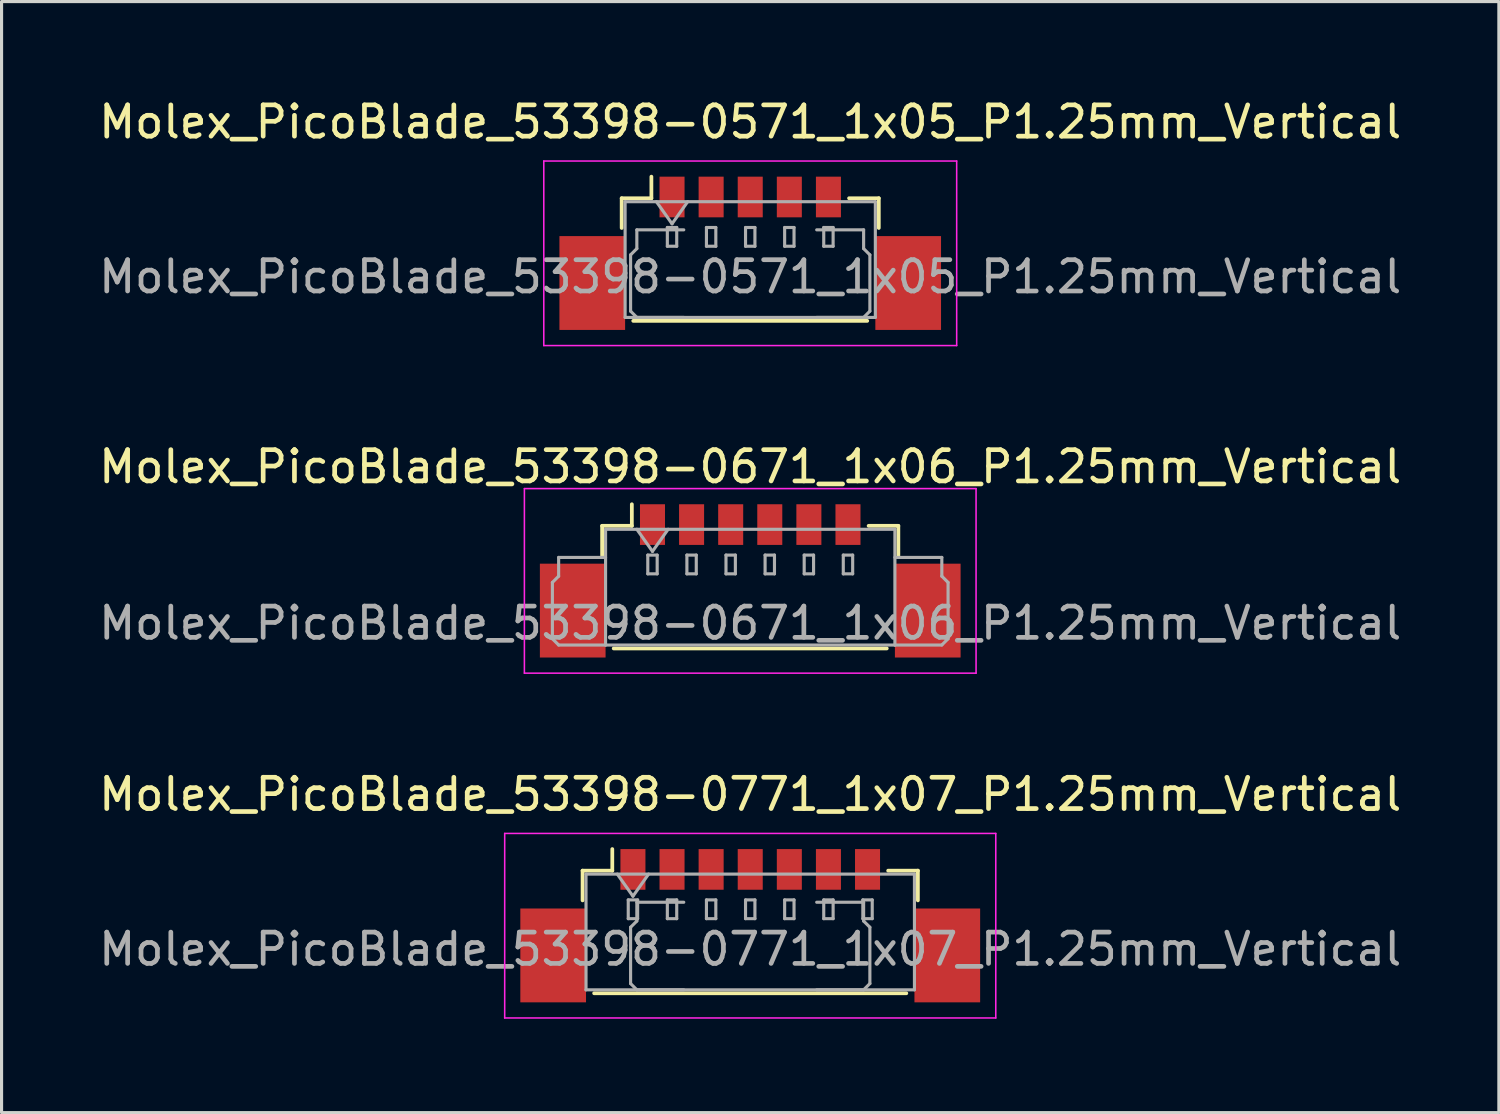
<source format=kicad_pcb>
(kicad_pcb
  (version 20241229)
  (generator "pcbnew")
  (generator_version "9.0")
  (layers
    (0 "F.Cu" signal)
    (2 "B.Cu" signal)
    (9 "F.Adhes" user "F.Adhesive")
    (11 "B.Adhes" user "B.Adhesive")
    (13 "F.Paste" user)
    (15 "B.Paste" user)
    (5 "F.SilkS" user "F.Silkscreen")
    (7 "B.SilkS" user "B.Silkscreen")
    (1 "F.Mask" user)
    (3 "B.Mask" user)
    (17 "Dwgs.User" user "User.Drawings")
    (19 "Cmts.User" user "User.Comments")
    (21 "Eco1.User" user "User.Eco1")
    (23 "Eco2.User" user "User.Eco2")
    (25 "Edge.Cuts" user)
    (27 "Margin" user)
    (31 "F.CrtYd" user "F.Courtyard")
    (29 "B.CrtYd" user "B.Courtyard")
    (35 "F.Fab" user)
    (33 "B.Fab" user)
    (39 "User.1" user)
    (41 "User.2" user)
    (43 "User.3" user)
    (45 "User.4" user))
  (footprint "Molex_PicoBlade_53398-0571_1x05_P1.25mm_Vertical"
    (layer "F.Cu")
    (at 20.935 5.048)
    (property "Reference" "Molex_PicoBlade_53398-0571_1x05_P1.25mm_Vertical" (at 0 -4.2 0) (layer "F.SilkS") (effects (font (size 1 1) (thickness 0.15))))
    (attr smd)
    (fp_line (start -4.11 -1.76) (end -3.16 -1.76) (stroke (width 0.12) (type solid)) (layer "F.SilkS"))
    (fp_line (start -4.11 -0.81) (end -4.11 -1.76) (stroke (width 0.12) (type solid)) (layer "F.SilkS"))
    (fp_line (start -3.74 2.16) (end 3.74 2.16) (stroke (width 0.12) (type solid)) (layer "F.SilkS"))
    (fp_line (start -3.16 -1.76) (end -3.16 -2.45) (stroke (width 0.12) (type solid)) (layer "F.SilkS"))
    (fp_line (start 4.11 -1.76) (end 3.16 -1.76) (stroke (width 0.12) (type solid)) (layer "F.SilkS"))
    (fp_line (start 4.11 -0.81) (end 4.11 -1.76) (stroke (width 0.12) (type solid)) (layer "F.SilkS"))
    (fp_line (start -6.6 -2.95) (end -6.6 2.95) (stroke (width 0.05) (type solid)) (layer "F.CrtYd"))
    (fp_line (start -6.6 2.95) (end 6.6 2.95) (stroke (width 0.05) (type solid)) (layer "F.CrtYd"))
    (fp_line (start 6.6 -2.95) (end -6.6 -2.95) (stroke (width 0.05) (type solid)) (layer "F.CrtYd"))
    (fp_line (start 6.6 2.95) (end 6.6 -2.95) (stroke (width 0.05) (type solid)) (layer "F.CrtYd"))
    (fp_line (start -4 -1.65) (end -4 2.05) (stroke (width 0.1) (type solid)) (layer "F.Fab"))
    (fp_line (start -4 -1.65) (end 4 -1.65) (stroke (width 0.1) (type solid)) (layer "F.Fab"))
    (fp_line (start -4 2.05) (end 4 2.05) (stroke (width 0.1) (type solid)) (layer "F.Fab"))
    (fp_line (start -3.825 0.05) (end -3.625 -0.15) (stroke (width 0.1) (type solid)) (layer "F.Fab"))
    (fp_line (start -3.825 1.85) (end -3.825 0.05) (stroke (width 0.1) (type solid)) (layer "F.Fab"))
    (fp_line (start -3.625 -0.75) (end -2.125 -0.75) (stroke (width 0.1) (type solid)) (layer "F.Fab"))
    (fp_line (start -3.625 -0.15) (end -3.625 -0.75) (stroke (width 0.1) (type solid)) (layer "F.Fab"))
    (fp_line (start -3.625 2.05) (end -3.825 1.85) (stroke (width 0.1) (type solid)) (layer "F.Fab"))
    (fp_line (start -3 -1.65) (end -2.5 -0.943) (stroke (width 0.1) (type solid)) (layer "F.Fab"))
    (fp_line (start -2.65 -0.825) (end -2.65 -0.225) (stroke (width 0.1) (type solid)) (layer "F.Fab"))
    (fp_line (start -2.65 -0.225) (end -2.35 -0.225) (stroke (width 0.1) (type solid)) (layer "F.Fab"))
    (fp_line (start -2.5 -0.943) (end -2 -1.65) (stroke (width 0.1) (type solid)) (layer "F.Fab"))
    (fp_line (start -2.35 -0.825) (end -2.65 -0.825) (stroke (width 0.1) (type solid)) (layer "F.Fab"))
    (fp_line (start -2.35 -0.225) (end -2.35 -0.825) (stroke (width 0.1) (type solid)) (layer "F.Fab"))
    (fp_line (start -2.125 2.05) (end -3.625 2.05) (stroke (width 0.1) (type solid)) (layer "F.Fab"))
    (fp_line (start -1.4 -0.825) (end -1.4 -0.225) (stroke (width 0.1) (type solid)) (layer "F.Fab"))
    (fp_line (start -1.4 -0.225) (end -1.1 -0.225) (stroke (width 0.1) (type solid)) (layer "F.Fab"))
    (fp_line (start -1.1 -0.825) (end -1.4 -0.825) (stroke (width 0.1) (type solid)) (layer "F.Fab"))
    (fp_line (start -1.1 -0.225) (end -1.1 -0.825) (stroke (width 0.1) (type solid)) (layer "F.Fab"))
    (fp_line (start -0.15 -0.825) (end -0.15 -0.225) (stroke (width 0.1) (type solid)) (layer "F.Fab"))
    (fp_line (start -0.15 -0.225) (end 0.15 -0.225) (stroke (width 0.1) (type solid)) (layer "F.Fab"))
    (fp_line (start 0.15 -0.825) (end -0.15 -0.825) (stroke (width 0.1) (type solid)) (layer "F.Fab"))
    (fp_line (start 0.15 -0.225) (end 0.15 -0.825) (stroke (width 0.1) (type solid)) (layer "F.Fab"))
    (fp_line (start 1.1 -0.825) (end 1.1 -0.225) (stroke (width 0.1) (type solid)) (layer "F.Fab"))
    (fp_line (start 1.1 -0.225) (end 1.4 -0.225) (stroke (width 0.1) (type solid)) (layer "F.Fab"))
    (fp_line (start 1.4 -0.825) (end 1.1 -0.825) (stroke (width 0.1) (type solid)) (layer "F.Fab"))
    (fp_line (start 1.4 -0.225) (end 1.4 -0.825) (stroke (width 0.1) (type solid)) (layer "F.Fab"))
    (fp_line (start 2.125 2.05) (end 3.625 2.05) (stroke (width 0.1) (type solid)) (layer "F.Fab"))
    (fp_line (start 2.35 -0.825) (end 2.35 -0.225) (stroke (width 0.1) (type solid)) (layer "F.Fab"))
    (fp_line (start 2.35 -0.225) (end 2.65 -0.225) (stroke (width 0.1) (type solid)) (layer "F.Fab"))
    (fp_line (start 2.65 -0.825) (end 2.35 -0.825) (stroke (width 0.1) (type solid)) (layer "F.Fab"))
    (fp_line (start 2.65 -0.225) (end 2.65 -0.825) (stroke (width 0.1) (type solid)) (layer "F.Fab"))
    (fp_line (start 3.625 -0.75) (end 2.125 -0.75) (stroke (width 0.1) (type solid)) (layer "F.Fab"))
    (fp_line (start 3.625 -0.15) (end 3.625 -0.75) (stroke (width 0.1) (type solid)) (layer "F.Fab"))
    (fp_line (start 3.625 2.05) (end 3.825 1.85) (stroke (width 0.1) (type solid)) (layer "F.Fab"))
    (fp_line (start 3.825 0.05) (end 3.625 -0.15) (stroke (width 0.1) (type solid)) (layer "F.Fab"))
    (fp_line (start 3.825 1.85) (end 3.825 0.05) (stroke (width 0.1) (type solid)) (layer "F.Fab"))
    (fp_line (start 4 -1.65) (end 4 2.05) (stroke (width 0.1) (type solid)) (layer "F.Fab"))
    (fp_text user "${REFERENCE}" (at 0 0.75 0) (layer "F.Fab") (effects (font (size 1 1) (thickness 0.15))))
    (pad "" smd rect (at -5.05 0.95) (size 2.1 3) (layers "F.Cu" "F.Mask" "F.Paste"))
    (pad "" smd rect (at 5.05 0.95) (size 2.1 3) (layers "F.Cu" "F.Mask" "F.Paste"))
    (pad "1" smd rect (at -2.5 -1.8) (size 0.8 1.3) (layers "F.Cu" "F.Mask" "F.Paste"))
    (pad "2" smd rect (at -1.25 -1.8) (size 0.8 1.3) (layers "F.Cu" "F.Mask" "F.Paste"))
    (pad "3" smd rect (at 0 -1.8) (size 0.8 1.3) (layers "F.Cu" "F.Mask" "F.Paste"))
    (pad "4" smd rect (at 1.25 -1.8) (size 0.8 1.3) (layers "F.Cu" "F.Mask" "F.Paste"))
    (pad "5" smd rect (at 2.5 -1.8) (size 0.8 1.3) (layers "F.Cu" "F.Mask" "F.Paste")))
  (footprint "Molex_PicoBlade_53398-0771_1x07_P1.25mm_Vertical"
    (layer "F.Cu")
    (at 20.935 26.545)
    (property "Reference" "Molex_PicoBlade_53398-0771_1x07_P1.25mm_Vertical" (at 0 -4.2 0) (layer "F.SilkS") (effects (font (size 1 1) (thickness 0.15))))
    (attr smd)
    (fp_line (start -5.36 -1.76) (end -4.41 -1.76) (stroke (width 0.12) (type solid)) (layer "F.SilkS"))
    (fp_line (start -5.36 -0.81) (end -5.36 -1.76) (stroke (width 0.12) (type solid)) (layer "F.SilkS"))
    (fp_line (start -4.99 2.16) (end 4.99 2.16) (stroke (width 0.12) (type solid)) (layer "F.SilkS"))
    (fp_line (start -4.41 -1.76) (end -4.41 -2.45) (stroke (width 0.12) (type solid)) (layer "F.SilkS"))
    (fp_line (start 5.36 -1.76) (end 4.41 -1.76) (stroke (width 0.12) (type solid)) (layer "F.SilkS"))
    (fp_line (start 5.36 -0.81) (end 5.36 -1.76) (stroke (width 0.12) (type solid)) (layer "F.SilkS"))
    (fp_line (start -7.85 -2.95) (end -7.85 2.95) (stroke (width 0.05) (type solid)) (layer "F.CrtYd"))
    (fp_line (start -7.85 2.95) (end 7.85 2.95) (stroke (width 0.05) (type solid)) (layer "F.CrtYd"))
    (fp_line (start 7.85 -2.95) (end -7.85 -2.95) (stroke (width 0.05) (type solid)) (layer "F.CrtYd"))
    (fp_line (start 7.85 2.95) (end 7.85 -2.95) (stroke (width 0.05) (type solid)) (layer "F.CrtYd"))
    (fp_line (start -5.25 -1.65) (end -5.25 2.05) (stroke (width 0.1) (type solid)) (layer "F.Fab"))
    (fp_line (start -5.25 -1.65) (end 5.25 -1.65) (stroke (width 0.1) (type solid)) (layer "F.Fab"))
    (fp_line (start -5.25 2.05) (end 5.25 2.05) (stroke (width 0.1) (type solid)) (layer "F.Fab"))
    (fp_line (start -4.25 -1.65) (end -3.75 -0.943) (stroke (width 0.1) (type solid)) (layer "F.Fab"))
    (fp_line (start -3.9 -0.825) (end -3.9 -0.225) (stroke (width 0.1) (type solid)) (layer "F.Fab"))
    (fp_line (start -3.9 -0.225) (end -3.6 -0.225) (stroke (width 0.1) (type solid)) (layer "F.Fab"))
    (fp_line (start -3.825 0.05) (end -3.625 -0.15) (stroke (width 0.1) (type solid)) (layer "F.Fab"))
    (fp_line (start -3.825 1.85) (end -3.825 0.05) (stroke (width 0.1) (type solid)) (layer "F.Fab"))
    (fp_line (start -3.75 -0.943) (end -3.25 -1.65) (stroke (width 0.1) (type solid)) (layer "F.Fab"))
    (fp_line (start -3.625 -0.75) (end -2.125 -0.75) (stroke (width 0.1) (type solid)) (layer "F.Fab"))
    (fp_line (start -3.625 -0.15) (end -3.625 -0.75) (stroke (width 0.1) (type solid)) (layer "F.Fab"))
    (fp_line (start -3.625 2.05) (end -3.825 1.85) (stroke (width 0.1) (type solid)) (layer "F.Fab"))
    (fp_line (start -3.6 -0.825) (end -3.9 -0.825) (stroke (width 0.1) (type solid)) (layer "F.Fab"))
    (fp_line (start -3.6 -0.225) (end -3.6 -0.825) (stroke (width 0.1) (type solid)) (layer "F.Fab"))
    (fp_line (start -2.65 -0.825) (end -2.65 -0.225) (stroke (width 0.1) (type solid)) (layer "F.Fab"))
    (fp_line (start -2.65 -0.225) (end -2.35 -0.225) (stroke (width 0.1) (type solid)) (layer "F.Fab"))
    (fp_line (start -2.35 -0.825) (end -2.65 -0.825) (stroke (width 0.1) (type solid)) (layer "F.Fab"))
    (fp_line (start -2.35 -0.225) (end -2.35 -0.825) (stroke (width 0.1) (type solid)) (layer "F.Fab"))
    (fp_line (start -2.125 2.05) (end -3.625 2.05) (stroke (width 0.1) (type solid)) (layer "F.Fab"))
    (fp_line (start -1.4 -0.825) (end -1.4 -0.225) (stroke (width 0.1) (type solid)) (layer "F.Fab"))
    (fp_line (start -1.4 -0.225) (end -1.1 -0.225) (stroke (width 0.1) (type solid)) (layer "F.Fab"))
    (fp_line (start -1.1 -0.825) (end -1.4 -0.825) (stroke (width 0.1) (type solid)) (layer "F.Fab"))
    (fp_line (start -1.1 -0.225) (end -1.1 -0.825) (stroke (width 0.1) (type solid)) (layer "F.Fab"))
    (fp_line (start -0.15 -0.825) (end -0.15 -0.225) (stroke (width 0.1) (type solid)) (layer "F.Fab"))
    (fp_line (start -0.15 -0.225) (end 0.15 -0.225) (stroke (width 0.1) (type solid)) (layer "F.Fab"))
    (fp_line (start 0.15 -0.825) (end -0.15 -0.825) (stroke (width 0.1) (type solid)) (layer "F.Fab"))
    (fp_line (start 0.15 -0.225) (end 0.15 -0.825) (stroke (width 0.1) (type solid)) (layer "F.Fab"))
    (fp_line (start 1.1 -0.825) (end 1.1 -0.225) (stroke (width 0.1) (type solid)) (layer "F.Fab"))
    (fp_line (start 1.1 -0.225) (end 1.4 -0.225) (stroke (width 0.1) (type solid)) (layer "F.Fab"))
    (fp_line (start 1.4 -0.825) (end 1.1 -0.825) (stroke (width 0.1) (type solid)) (layer "F.Fab"))
    (fp_line (start 1.4 -0.225) (end 1.4 -0.825) (stroke (width 0.1) (type solid)) (layer "F.Fab"))
    (fp_line (start 2.125 2.05) (end 3.625 2.05) (stroke (width 0.1) (type solid)) (layer "F.Fab"))
    (fp_line (start 2.35 -0.825) (end 2.35 -0.225) (stroke (width 0.1) (type solid)) (layer "F.Fab"))
    (fp_line (start 2.35 -0.225) (end 2.65 -0.225) (stroke (width 0.1) (type solid)) (layer "F.Fab"))
    (fp_line (start 2.65 -0.825) (end 2.35 -0.825) (stroke (width 0.1) (type solid)) (layer "F.Fab"))
    (fp_line (start 2.65 -0.225) (end 2.65 -0.825) (stroke (width 0.1) (type solid)) (layer "F.Fab"))
    (fp_line (start 3.6 -0.825) (end 3.6 -0.225) (stroke (width 0.1) (type solid)) (layer "F.Fab"))
    (fp_line (start 3.6 -0.225) (end 3.9 -0.225) (stroke (width 0.1) (type solid)) (layer "F.Fab"))
    (fp_line (start 3.625 -0.75) (end 2.125 -0.75) (stroke (width 0.1) (type solid)) (layer "F.Fab"))
    (fp_line (start 3.625 -0.15) (end 3.625 -0.75) (stroke (width 0.1) (type solid)) (layer "F.Fab"))
    (fp_line (start 3.625 2.05) (end 3.825 1.85) (stroke (width 0.1) (type solid)) (layer "F.Fab"))
    (fp_line (start 3.825 0.05) (end 3.625 -0.15) (stroke (width 0.1) (type solid)) (layer "F.Fab"))
    (fp_line (start 3.825 1.85) (end 3.825 0.05) (stroke (width 0.1) (type solid)) (layer "F.Fab"))
    (fp_line (start 3.9 -0.825) (end 3.6 -0.825) (stroke (width 0.1) (type solid)) (layer "F.Fab"))
    (fp_line (start 3.9 -0.225) (end 3.9 -0.825) (stroke (width 0.1) (type solid)) (layer "F.Fab"))
    (fp_line (start 5.25 -1.65) (end 5.25 2.05) (stroke (width 0.1) (type solid)) (layer "F.Fab"))
    (fp_text user "${REFERENCE}" (at 0 0.75 0) (layer "F.Fab") (effects (font (size 1 1) (thickness 0.15))))
    (pad "" smd rect (at -6.3 0.95) (size 2.1 3) (layers "F.Cu" "F.Mask" "F.Paste"))
    (pad "" smd rect (at 6.3 0.95) (size 2.1 3) (layers "F.Cu" "F.Mask" "F.Paste"))
    (pad "1" smd rect (at -3.75 -1.8) (size 0.8 1.3) (layers "F.Cu" "F.Mask" "F.Paste"))
    (pad "2" smd rect (at -2.5 -1.8) (size 0.8 1.3) (layers "F.Cu" "F.Mask" "F.Paste"))
    (pad "3" smd rect (at -1.25 -1.8) (size 0.8 1.3) (layers "F.Cu" "F.Mask" "F.Paste"))
    (pad "4" smd rect (at 0 -1.8) (size 0.8 1.3) (layers "F.Cu" "F.Mask" "F.Paste"))
    (pad "5" smd rect (at 1.25 -1.8) (size 0.8 1.3) (layers "F.Cu" "F.Mask" "F.Paste"))
    (pad "6" smd rect (at 2.5 -1.8) (size 0.8 1.3) (layers "F.Cu" "F.Mask" "F.Paste"))
    (pad "7" smd rect (at 3.75 -1.8) (size 0.8 1.3) (layers "F.Cu" "F.Mask" "F.Paste")))
  (footprint "Molex_PicoBlade_53398-0671_1x06_P1.25mm_Vertical"
    (layer "F.Cu")
    (at 20.935 15.521)
    (property "Reference" "Molex_PicoBlade_53398-0671_1x06_P1.25mm_Vertical" (at 0 -3.65 0) (layer "F.SilkS") (effects (font (size 1 1) (thickness 0.15))))
    (attr smd)
    (fp_line (start -4.735 -1.76) (end -3.785 -1.76) (stroke (width 0.12) (type solid)) (layer "F.SilkS"))
    (fp_line (start -4.735 -0.81) (end -4.735 -1.76) (stroke (width 0.12) (type solid)) (layer "F.SilkS"))
    (fp_line (start -4.365 2.16) (end 4.365 2.16) (stroke (width 0.12) (type solid)) (layer "F.SilkS"))
    (fp_line (start -3.785 -1.76) (end -3.785 -2.45) (stroke (width 0.12) (type solid)) (layer "F.SilkS"))
    (fp_line (start 4.735 -1.76) (end 3.785 -1.76) (stroke (width 0.12) (type solid)) (layer "F.SilkS"))
    (fp_line (start 4.735 -0.81) (end 4.735 -1.76) (stroke (width 0.12) (type solid)) (layer "F.SilkS"))
    (fp_line (start -7.22 -2.95) (end -7.22 2.95) (stroke (width 0.05) (type solid)) (layer "F.CrtYd"))
    (fp_line (start -7.22 2.95) (end 7.22 2.95) (stroke (width 0.05) (type solid)) (layer "F.CrtYd"))
    (fp_line (start 7.22 -2.95) (end -7.22 -2.95) (stroke (width 0.05) (type solid)) (layer "F.CrtYd"))
    (fp_line (start 7.22 2.95) (end 7.22 -2.95) (stroke (width 0.05) (type solid)) (layer "F.CrtYd"))
    (fp_line (start -6.325 0.05) (end -6.125 -0.15) (stroke (width 0.1) (type solid)) (layer "F.Fab"))
    (fp_line (start -6.325 1.85) (end -6.325 0.05) (stroke (width 0.1) (type solid)) (layer "F.Fab"))
    (fp_line (start -6.125 -0.75) (end -4.625 -0.75) (stroke (width 0.1) (type solid)) (layer "F.Fab"))
    (fp_line (start -6.125 -0.15) (end -6.125 -0.75) (stroke (width 0.1) (type solid)) (layer "F.Fab"))
    (fp_line (start -6.125 2.05) (end -6.325 1.85) (stroke (width 0.1) (type solid)) (layer "F.Fab"))
    (fp_line (start -4.625 -1.65) (end -4.625 2.05) (stroke (width 0.1) (type solid)) (layer "F.Fab"))
    (fp_line (start -4.625 -1.65) (end 4.625 -1.65) (stroke (width 0.1) (type solid)) (layer "F.Fab"))
    (fp_line (start -4.625 2.05) (end -6.125 2.05) (stroke (width 0.1) (type solid)) (layer "F.Fab"))
    (fp_line (start -4.625 2.05) (end 4.625 2.05) (stroke (width 0.1) (type solid)) (layer "F.Fab"))
    (fp_line (start -3.625 -1.65) (end -3.125 -0.943) (stroke (width 0.1) (type solid)) (layer "F.Fab"))
    (fp_line (start -3.275 -0.825) (end -3.275 -0.225) (stroke (width 0.1) (type solid)) (layer "F.Fab"))
    (fp_line (start -3.275 -0.225) (end -2.975 -0.225) (stroke (width 0.1) (type solid)) (layer "F.Fab"))
    (fp_line (start -3.125 -0.943) (end -2.625 -1.65) (stroke (width 0.1) (type solid)) (layer "F.Fab"))
    (fp_line (start -2.975 -0.825) (end -3.275 -0.825) (stroke (width 0.1) (type solid)) (layer "F.Fab"))
    (fp_line (start -2.975 -0.225) (end -2.975 -0.825) (stroke (width 0.1) (type solid)) (layer "F.Fab"))
    (fp_line (start -2.025 -0.825) (end -2.025 -0.225) (stroke (width 0.1) (type solid)) (layer "F.Fab"))
    (fp_line (start -2.025 -0.225) (end -1.725 -0.225) (stroke (width 0.1) (type solid)) (layer "F.Fab"))
    (fp_line (start -1.725 -0.825) (end -2.025 -0.825) (stroke (width 0.1) (type solid)) (layer "F.Fab"))
    (fp_line (start -1.725 -0.225) (end -1.725 -0.825) (stroke (width 0.1) (type solid)) (layer "F.Fab"))
    (fp_line (start -0.775 -0.825) (end -0.775 -0.225) (stroke (width 0.1) (type solid)) (layer "F.Fab"))
    (fp_line (start -0.775 -0.225) (end -0.475 -0.225) (stroke (width 0.1) (type solid)) (layer "F.Fab"))
    (fp_line (start -0.475 -0.825) (end -0.775 -0.825) (stroke (width 0.1) (type solid)) (layer "F.Fab"))
    (fp_line (start -0.475 -0.225) (end -0.475 -0.825) (stroke (width 0.1) (type solid)) (layer "F.Fab"))
    (fp_line (start 0.475 -0.825) (end 0.475 -0.225) (stroke (width 0.1) (type solid)) (layer "F.Fab"))
    (fp_line (start 0.475 -0.225) (end 0.775 -0.225) (stroke (width 0.1) (type solid)) (layer "F.Fab"))
    (fp_line (start 0.775 -0.825) (end 0.475 -0.825) (stroke (width 0.1) (type solid)) (layer "F.Fab"))
    (fp_line (start 0.775 -0.225) (end 0.775 -0.825) (stroke (width 0.1) (type solid)) (layer "F.Fab"))
    (fp_line (start 1.725 -0.825) (end 1.725 -0.225) (stroke (width 0.1) (type solid)) (layer "F.Fab"))
    (fp_line (start 1.725 -0.225) (end 2.025 -0.225) (stroke (width 0.1) (type solid)) (layer "F.Fab"))
    (fp_line (start 2.025 -0.825) (end 1.725 -0.825) (stroke (width 0.1) (type solid)) (layer "F.Fab"))
    (fp_line (start 2.025 -0.225) (end 2.025 -0.825) (stroke (width 0.1) (type solid)) (layer "F.Fab"))
    (fp_line (start 2.975 -0.825) (end 2.975 -0.225) (stroke (width 0.1) (type solid)) (layer "F.Fab"))
    (fp_line (start 2.975 -0.225) (end 3.275 -0.225) (stroke (width 0.1) (type solid)) (layer "F.Fab"))
    (fp_line (start 3.275 -0.825) (end 2.975 -0.825) (stroke (width 0.1) (type solid)) (layer "F.Fab"))
    (fp_line (start 3.275 -0.225) (end 3.275 -0.825) (stroke (width 0.1) (type solid)) (layer "F.Fab"))
    (fp_line (start 4.625 -1.65) (end 4.625 2.05) (stroke (width 0.1) (type solid)) (layer "F.Fab"))
    (fp_line (start 4.625 2.05) (end 6.125 2.05) (stroke (width 0.1) (type solid)) (layer "F.Fab"))
    (fp_line (start 6.125 -0.75) (end 4.625 -0.75) (stroke (width 0.1) (type solid)) (layer "F.Fab"))
    (fp_line (start 6.125 -0.15) (end 6.125 -0.75) (stroke (width 0.1) (type solid)) (layer "F.Fab"))
    (fp_line (start 6.125 2.05) (end 6.325 1.85) (stroke (width 0.1) (type solid)) (layer "F.Fab"))
    (fp_line (start 6.325 0.05) (end 6.125 -0.15) (stroke (width 0.1) (type solid)) (layer "F.Fab"))
    (fp_line (start 6.325 1.85) (end 6.325 0.05) (stroke (width 0.1) (type solid)) (layer "F.Fab"))
    (fp_text user "${REFERENCE}" (at 0 1.35 0) (layer "F.Fab") (effects (font (size 1 1) (thickness 0.15))))
    (pad "" smd rect (at -5.675 0.95) (size 2.1 3) (layers "F.Cu" "F.Mask" "F.Paste"))
    (pad "" smd rect (at 5.675 0.95) (size 2.1 3) (layers "F.Cu" "F.Mask" "F.Paste"))
    (pad "1" smd rect (at -3.125 -1.8) (size 0.8 1.3) (layers "F.Cu" "F.Mask" "F.Paste"))
    (pad "2" smd rect (at -1.875 -1.8) (size 0.8 1.3) (layers "F.Cu" "F.Mask" "F.Paste"))
    (pad "3" smd rect (at -0.625 -1.8) (size 0.8 1.3) (layers "F.Cu" "F.Mask" "F.Paste"))
    (pad "4" smd rect (at 0.625 -1.8) (size 0.8 1.3) (layers "F.Cu" "F.Mask" "F.Paste"))
    (pad "5" smd rect (at 1.875 -1.8) (size 0.8 1.3) (layers "F.Cu" "F.Mask" "F.Paste"))
    (pad "6" smd rect (at 3.125 -1.8) (size 0.8 1.3) (layers "F.Cu" "F.Mask" "F.Paste")))
  (gr_rect
    (start -3 -3)
    (end 44.869 32.52)
    (stroke (width 0.1) (type default))
    (fill no)
    (layer "Edge.Cuts")))
</source>
